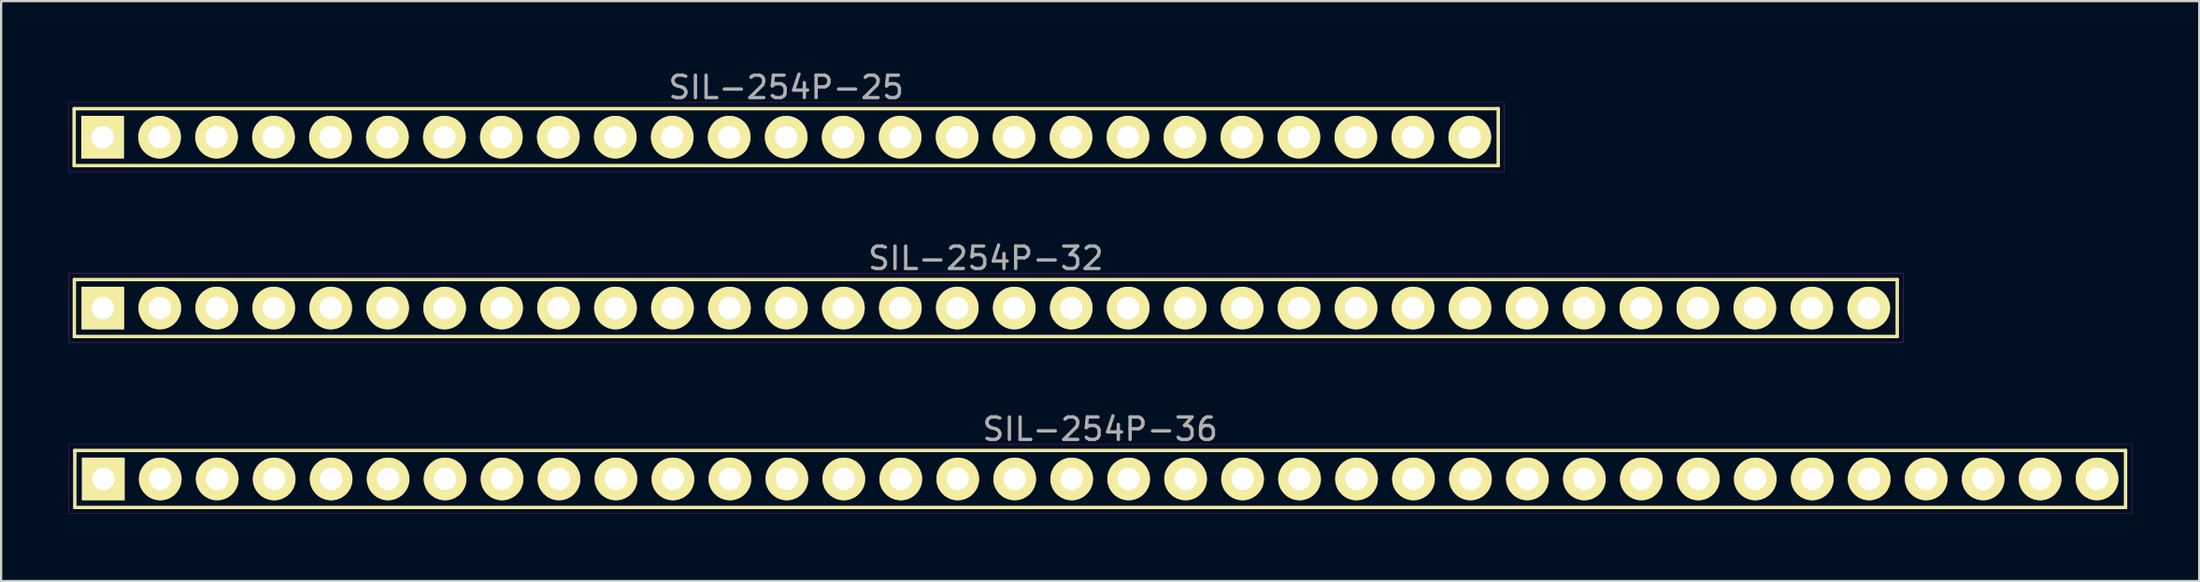
<source format=kicad_pcb>
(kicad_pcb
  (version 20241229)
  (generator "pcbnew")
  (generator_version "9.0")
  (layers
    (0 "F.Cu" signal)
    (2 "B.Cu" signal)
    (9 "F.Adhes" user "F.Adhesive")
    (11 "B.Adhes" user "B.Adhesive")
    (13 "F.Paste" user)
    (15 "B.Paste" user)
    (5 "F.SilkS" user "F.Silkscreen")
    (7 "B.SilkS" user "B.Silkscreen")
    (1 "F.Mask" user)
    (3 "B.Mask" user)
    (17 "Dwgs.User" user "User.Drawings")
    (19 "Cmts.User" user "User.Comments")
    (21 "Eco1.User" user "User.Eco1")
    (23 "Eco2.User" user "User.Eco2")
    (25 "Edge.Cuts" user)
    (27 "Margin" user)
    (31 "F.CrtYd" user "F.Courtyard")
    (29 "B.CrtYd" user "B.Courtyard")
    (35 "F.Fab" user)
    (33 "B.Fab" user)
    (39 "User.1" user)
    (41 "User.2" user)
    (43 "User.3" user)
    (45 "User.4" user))
  (footprint "SIL-254P-32"
    (layer "F.Cu")
    (at 40.905 10.691)
    (property "Reference" "SIL-254P-32" (at 0 -2.22 0) (layer "F.Fab") (effects (font (size 1 1) (thickness 0.15))))
    (attr through_hole)
    (fp_line (start -40.64 -1.27) (end 40.64 -1.27) (stroke (width 0.15) (type solid)) (layer "F.SilkS"))
    (fp_line (start -40.64 1.27) (end -40.64 -1.27) (stroke (width 0.15) (type solid)) (layer "F.SilkS"))
    (fp_line (start 40.64 -1.27) (end 40.64 1.27) (stroke (width 0.15) (type solid)) (layer "F.SilkS"))
    (fp_line (start 40.64 1.27) (end -40.64 1.27) (stroke (width 0.15) (type solid)) (layer "F.SilkS"))
    (fp_line (start -40.9 -1.55) (end 40.9 -1.55) (stroke (width 0.01) (type solid)) (layer "F.CrtYd"))
    (fp_line (start -40.9 1.55) (end -40.9 -1.55) (stroke (width 0.01) (type solid)) (layer "F.CrtYd"))
    (fp_line (start 40.9 -1.55) (end 40.9 1.55) (stroke (width 0.01) (type solid)) (layer "F.CrtYd"))
    (fp_line (start 40.9 1.55) (end -40.9 1.55) (stroke (width 0.01) (type solid)) (layer "F.CrtYd"))
    (fp_line (start -40.64 -1.27) (end 40.64 -1.27) (stroke (width 0.01) (type solid)) (layer "F.Fab"))
    (fp_line (start -40.64 1.27) (end -40.64 -1.27) (stroke (width 0.01) (type solid)) (layer "F.Fab"))
    (fp_line (start 40.64 -1.27) (end 40.64 1.27) (stroke (width 0.01) (type solid)) (layer "F.Fab"))
    (fp_line (start 40.64 1.27) (end -40.64 1.27) (stroke (width 0.01) (type solid)) (layer "F.Fab"))
    (pad "1" thru_hole rect (at -39.37 0) (size 1.9 1.9) (drill 1) (layers "*.Cu" "*.Mask" "F.SilkS"))
    (pad "2" thru_hole circle (at -36.83 0) (size 1.9 1.9) (drill 1) (layers "*.Cu" "*.Mask" "F.SilkS"))
    (pad "3" thru_hole circle (at -34.29 0) (size 1.9 1.9) (drill 1) (layers "*.Cu" "*.Mask" "F.SilkS"))
    (pad "4" thru_hole circle (at -31.75 0) (size 1.9 1.9) (drill 1) (layers "*.Cu" "*.Mask" "F.SilkS"))
    (pad "5" thru_hole circle (at -29.21 0) (size 1.9 1.9) (drill 1) (layers "*.Cu" "*.Mask" "F.SilkS"))
    (pad "6" thru_hole circle (at -26.67 0) (size 1.9 1.9) (drill 1) (layers "*.Cu" "*.Mask" "F.SilkS"))
    (pad "7" thru_hole circle (at -24.13 0) (size 1.9 1.9) (drill 1) (layers "*.Cu" "*.Mask" "F.SilkS"))
    (pad "8" thru_hole circle (at -21.59 0) (size 1.9 1.9) (drill 1) (layers "*.Cu" "*.Mask" "F.SilkS"))
    (pad "9" thru_hole circle (at -19.05 0) (size 1.9 1.9) (drill 1) (layers "*.Cu" "*.Mask" "F.SilkS"))
    (pad "10" thru_hole circle (at -16.51 0) (size 1.9 1.9) (drill 1) (layers "*.Cu" "*.Mask" "F.SilkS"))
    (pad "11" thru_hole circle (at -13.97 0) (size 1.9 1.9) (drill 1) (layers "*.Cu" "*.Mask" "F.SilkS"))
    (pad "12" thru_hole circle (at -11.43 0) (size 1.9 1.9) (drill 1) (layers "*.Cu" "*.Mask" "F.SilkS"))
    (pad "13" thru_hole circle (at -8.89 0) (size 1.9 1.9) (drill 1) (layers "*.Cu" "*.Mask" "F.SilkS"))
    (pad "14" thru_hole circle (at -6.35 0) (size 1.9 1.9) (drill 1) (layers "*.Cu" "*.Mask" "F.SilkS"))
    (pad "15" thru_hole circle (at -3.81 0) (size 1.9 1.9) (drill 1) (layers "*.Cu" "*.Mask" "F.SilkS"))
    (pad "16" thru_hole circle (at -1.27 0) (size 1.9 1.9) (drill 1) (layers "*.Cu" "*.Mask" "F.SilkS"))
    (pad "17" thru_hole circle (at 1.27 0) (size 1.9 1.9) (drill 1) (layers "*.Cu" "*.Mask" "F.SilkS"))
    (pad "18" thru_hole circle (at 3.81 0) (size 1.9 1.9) (drill 1) (layers "*.Cu" "*.Mask" "F.SilkS"))
    (pad "19" thru_hole circle (at 6.35 0) (size 1.9 1.9) (drill 1) (layers "*.Cu" "*.Mask" "F.SilkS"))
    (pad "20" thru_hole circle (at 8.89 0) (size 1.9 1.9) (drill 1) (layers "*.Cu" "*.Mask" "F.SilkS"))
    (pad "21" thru_hole circle (at 11.43 0) (size 1.9 1.9) (drill 1) (layers "*.Cu" "*.Mask" "F.SilkS"))
    (pad "22" thru_hole circle (at 13.97 0) (size 1.9 1.9) (drill 1) (layers "*.Cu" "*.Mask" "F.SilkS"))
    (pad "23" thru_hole circle (at 16.51 0) (size 1.9 1.9) (drill 1) (layers "*.Cu" "*.Mask" "F.SilkS"))
    (pad "24" thru_hole circle (at 19.05 0) (size 1.9 1.9) (drill 1) (layers "*.Cu" "*.Mask" "F.SilkS"))
    (pad "25" thru_hole circle (at 21.59 0) (size 1.9 1.9) (drill 1) (layers "*.Cu" "*.Mask" "F.SilkS"))
    (pad "26" thru_hole circle (at 24.13 0) (size 1.9 1.9) (drill 1) (layers "*.Cu" "*.Mask" "F.SilkS"))
    (pad "27" thru_hole circle (at 26.67 0) (size 1.9 1.9) (drill 1) (layers "*.Cu" "*.Mask" "F.SilkS"))
    (pad "28" thru_hole circle (at 29.21 0) (size 1.9 1.9) (drill 1) (layers "*.Cu" "*.Mask" "F.SilkS"))
    (pad "29" thru_hole circle (at 31.75 0) (size 1.9 1.9) (drill 1) (layers "*.Cu" "*.Mask" "F.SilkS"))
    (pad "30" thru_hole circle (at 34.29 0) (size 1.9 1.9) (drill 1) (layers "*.Cu" "*.Mask" "F.SilkS"))
    (pad "31" thru_hole circle (at 36.83 0) (size 1.9 1.9) (drill 1) (layers "*.Cu" "*.Mask" "F.SilkS"))
    (pad "32" thru_hole circle (at 39.37 0) (size 1.9 1.9) (drill 1) (layers "*.Cu" "*.Mask" "F.SilkS")))
  (footprint "SIL-254P-36"
    (layer "F.Cu")
    (at 46.005 18.315)
    (property "Reference" "SIL-254P-36" (at 0 -2.22 0) (layer "F.Fab") (effects (font (size 1 1) (thickness 0.15))))
    (attr through_hole)
    (fp_line (start -45.72 -1.27) (end 45.72 -1.27) (stroke (width 0.15) (type solid)) (layer "F.SilkS"))
    (fp_line (start -45.72 1.27) (end -45.72 -1.27) (stroke (width 0.15) (type solid)) (layer "F.SilkS"))
    (fp_line (start 45.72 -1.27) (end 45.72 1.27) (stroke (width 0.15) (type solid)) (layer "F.SilkS"))
    (fp_line (start 45.72 1.27) (end -45.72 1.27) (stroke (width 0.15) (type solid)) (layer "F.SilkS"))
    (fp_line (start -46 -1.55) (end 46 -1.55) (stroke (width 0.01) (type solid)) (layer "F.CrtYd"))
    (fp_line (start -46 1.55) (end -46 -1.55) (stroke (width 0.01) (type solid)) (layer "F.CrtYd"))
    (fp_line (start 46 -1.55) (end 46 1.55) (stroke (width 0.01) (type solid)) (layer "F.CrtYd"))
    (fp_line (start 46 1.55) (end -46 1.55) (stroke (width 0.01) (type solid)) (layer "F.CrtYd"))
    (fp_line (start -45.72 -1.27) (end 45.72 -1.27) (stroke (width 0.01) (type solid)) (layer "F.Fab"))
    (fp_line (start -45.72 1.27) (end -45.72 -1.27) (stroke (width 0.01) (type solid)) (layer "F.Fab"))
    (fp_line (start 45.72 -1.27) (end 45.72 1.27) (stroke (width 0.01) (type solid)) (layer "F.Fab"))
    (fp_line (start 45.72 1.27) (end -45.72 1.27) (stroke (width 0.01) (type solid)) (layer "F.Fab"))
    (pad "1" thru_hole rect (at -44.45 0) (size 1.9 1.9) (drill 1) (layers "*.Cu" "*.Mask" "F.SilkS"))
    (pad "2" thru_hole circle (at -41.91 0) (size 1.9 1.9) (drill 1) (layers "*.Cu" "*.Mask" "F.SilkS"))
    (pad "3" thru_hole circle (at -39.37 0) (size 1.9 1.9) (drill 1) (layers "*.Cu" "*.Mask" "F.SilkS"))
    (pad "4" thru_hole circle (at -36.83 0) (size 1.9 1.9) (drill 1) (layers "*.Cu" "*.Mask" "F.SilkS"))
    (pad "5" thru_hole circle (at -34.29 0) (size 1.9 1.9) (drill 1) (layers "*.Cu" "*.Mask" "F.SilkS"))
    (pad "6" thru_hole circle (at -31.75 0) (size 1.9 1.9) (drill 1) (layers "*.Cu" "*.Mask" "F.SilkS"))
    (pad "7" thru_hole circle (at -29.21 0) (size 1.9 1.9) (drill 1) (layers "*.Cu" "*.Mask" "F.SilkS"))
    (pad "8" thru_hole circle (at -26.67 0) (size 1.9 1.9) (drill 1) (layers "*.Cu" "*.Mask" "F.SilkS"))
    (pad "9" thru_hole circle (at -24.13 0) (size 1.9 1.9) (drill 1) (layers "*.Cu" "*.Mask" "F.SilkS"))
    (pad "10" thru_hole circle (at -21.59 0) (size 1.9 1.9) (drill 1) (layers "*.Cu" "*.Mask" "F.SilkS"))
    (pad "11" thru_hole circle (at -19.05 0) (size 1.9 1.9) (drill 1) (layers "*.Cu" "*.Mask" "F.SilkS"))
    (pad "12" thru_hole circle (at -16.51 0) (size 1.9 1.9) (drill 1) (layers "*.Cu" "*.Mask" "F.SilkS"))
    (pad "13" thru_hole circle (at -13.97 0) (size 1.9 1.9) (drill 1) (layers "*.Cu" "*.Mask" "F.SilkS"))
    (pad "14" thru_hole circle (at -11.43 0) (size 1.9 1.9) (drill 1) (layers "*.Cu" "*.Mask" "F.SilkS"))
    (pad "15" thru_hole circle (at -8.89 0) (size 1.9 1.9) (drill 1) (layers "*.Cu" "*.Mask" "F.SilkS"))
    (pad "16" thru_hole circle (at -6.35 0) (size 1.9 1.9) (drill 1) (layers "*.Cu" "*.Mask" "F.SilkS"))
    (pad "17" thru_hole circle (at -3.81 0) (size 1.9 1.9) (drill 1) (layers "*.Cu" "*.Mask" "F.SilkS"))
    (pad "18" thru_hole circle (at -1.27 0) (size 1.9 1.9) (drill 1) (layers "*.Cu" "*.Mask" "F.SilkS"))
    (pad "19" thru_hole circle (at 1.27 0) (size 1.9 1.9) (drill 1) (layers "*.Cu" "*.Mask" "F.SilkS"))
    (pad "20" thru_hole circle (at 3.81 0) (size 1.9 1.9) (drill 1) (layers "*.Cu" "*.Mask" "F.SilkS"))
    (pad "21" thru_hole circle (at 6.35 0) (size 1.9 1.9) (drill 1) (layers "*.Cu" "*.Mask" "F.SilkS"))
    (pad "22" thru_hole circle (at 8.89 0) (size 1.9 1.9) (drill 1) (layers "*.Cu" "*.Mask" "F.SilkS"))
    (pad "23" thru_hole circle (at 11.43 0) (size 1.9 1.9) (drill 1) (layers "*.Cu" "*.Mask" "F.SilkS"))
    (pad "24" thru_hole circle (at 13.97 0) (size 1.9 1.9) (drill 1) (layers "*.Cu" "*.Mask" "F.SilkS"))
    (pad "25" thru_hole circle (at 16.51 0) (size 1.9 1.9) (drill 1) (layers "*.Cu" "*.Mask" "F.SilkS"))
    (pad "26" thru_hole circle (at 19.05 0) (size 1.9 1.9) (drill 1) (layers "*.Cu" "*.Mask" "F.SilkS"))
    (pad "27" thru_hole circle (at 21.59 0) (size 1.9 1.9) (drill 1) (layers "*.Cu" "*.Mask" "F.SilkS"))
    (pad "28" thru_hole circle (at 24.13 0) (size 1.9 1.9) (drill 1) (layers "*.Cu" "*.Mask" "F.SilkS"))
    (pad "29" thru_hole circle (at 26.67 0) (size 1.9 1.9) (drill 1) (layers "*.Cu" "*.Mask" "F.SilkS"))
    (pad "30" thru_hole circle (at 29.21 0) (size 1.9 1.9) (drill 1) (layers "*.Cu" "*.Mask" "F.SilkS"))
    (pad "31" thru_hole circle (at 31.75 0) (size 1.9 1.9) (drill 1) (layers "*.Cu" "*.Mask" "F.SilkS"))
    (pad "32" thru_hole circle (at 34.29 0) (size 1.9 1.9) (drill 1) (layers "*.Cu" "*.Mask" "F.SilkS"))
    (pad "33" thru_hole circle (at 36.83 0) (size 1.9 1.9) (drill 1) (layers "*.Cu" "*.Mask" "F.SilkS"))
    (pad "34" thru_hole circle (at 39.37 0) (size 1.9 1.9) (drill 1) (layers "*.Cu" "*.Mask" "F.SilkS"))
    (pad "35" thru_hole circle (at 41.91 0) (size 1.9 1.9) (drill 1) (layers "*.Cu" "*.Mask" "F.SilkS"))
    (pad "36" thru_hole circle (at 44.45 0) (size 1.9 1.9) (drill 1) (layers "*.Cu" "*.Mask" "F.SilkS")))
  (footprint "SIL-254P-25"
    (layer "F.Cu")
    (at 32.005 3.068)
    (property "Reference" "SIL-254P-25" (at 0 -2.22 0) (layer "F.Fab") (effects (font (size 1 1) (thickness 0.15))))
    (attr through_hole)
    (fp_line (start -31.75 -1.27) (end 31.75 -1.27) (stroke (width 0.15) (type solid)) (layer "F.SilkS"))
    (fp_line (start -31.75 1.27) (end -31.75 -1.27) (stroke (width 0.15) (type solid)) (layer "F.SilkS"))
    (fp_line (start 31.75 -1.27) (end 31.75 1.27) (stroke (width 0.15) (type solid)) (layer "F.SilkS"))
    (fp_line (start 31.75 1.27) (end -31.75 1.27) (stroke (width 0.15) (type solid)) (layer "F.SilkS"))
    (fp_line (start -32 -1.55) (end 32 -1.55) (stroke (width 0.01) (type solid)) (layer "F.CrtYd"))
    (fp_line (start -32 1.55) (end -32 -1.55) (stroke (width 0.01) (type solid)) (layer "F.CrtYd"))
    (fp_line (start 32 -1.55) (end 32 1.55) (stroke (width 0.01) (type solid)) (layer "F.CrtYd"))
    (fp_line (start 32 1.55) (end -32 1.55) (stroke (width 0.01) (type solid)) (layer "F.CrtYd"))
    (fp_line (start -31.75 -1.27) (end 31.75 -1.27) (stroke (width 0.01) (type solid)) (layer "F.Fab"))
    (fp_line (start -31.75 1.27) (end -31.75 -1.27) (stroke (width 0.01) (type solid)) (layer "F.Fab"))
    (fp_line (start 31.75 -1.27) (end 31.75 1.27) (stroke (width 0.01) (type solid)) (layer "F.Fab"))
    (fp_line (start 31.75 1.27) (end -31.75 1.27) (stroke (width 0.01) (type solid)) (layer "F.Fab"))
    (pad "1" thru_hole rect (at -30.48 0) (size 1.9 1.9) (drill 1) (layers "*.Cu" "*.Mask" "F.SilkS"))
    (pad "2" thru_hole circle (at -27.94 0) (size 1.9 1.9) (drill 1) (layers "*.Cu" "*.Mask" "F.SilkS"))
    (pad "3" thru_hole circle (at -25.4 0) (size 1.9 1.9) (drill 1) (layers "*.Cu" "*.Mask" "F.SilkS"))
    (pad "4" thru_hole circle (at -22.86 0) (size 1.9 1.9) (drill 1) (layers "*.Cu" "*.Mask" "F.SilkS"))
    (pad "5" thru_hole circle (at -20.32 0) (size 1.9 1.9) (drill 1) (layers "*.Cu" "*.Mask" "F.SilkS"))
    (pad "6" thru_hole circle (at -17.78 0) (size 1.9 1.9) (drill 1) (layers "*.Cu" "*.Mask" "F.SilkS"))
    (pad "7" thru_hole circle (at -15.24 0) (size 1.9 1.9) (drill 1) (layers "*.Cu" "*.Mask" "F.SilkS"))
    (pad "8" thru_hole circle (at -12.7 0) (size 1.9 1.9) (drill 1) (layers "*.Cu" "*.Mask" "F.SilkS"))
    (pad "9" thru_hole circle (at -10.16 0) (size 1.9 1.9) (drill 1) (layers "*.Cu" "*.Mask" "F.SilkS"))
    (pad "10" thru_hole circle (at -7.62 0) (size 1.9 1.9) (drill 1) (layers "*.Cu" "*.Mask" "F.SilkS"))
    (pad "11" thru_hole circle (at -5.08 0) (size 1.9 1.9) (drill 1) (layers "*.Cu" "*.Mask" "F.SilkS"))
    (pad "12" thru_hole circle (at -2.54 0) (size 1.9 1.9) (drill 1) (layers "*.Cu" "*.Mask" "F.SilkS"))
    (pad "13" thru_hole circle (at 0 0) (size 1.9 1.9) (drill 1) (layers "*.Cu" "*.Mask" "F.SilkS"))
    (pad "14" thru_hole circle (at 2.54 0) (size 1.9 1.9) (drill 1) (layers "*.Cu" "*.Mask" "F.SilkS"))
    (pad "15" thru_hole circle (at 5.08 0) (size 1.9 1.9) (drill 1) (layers "*.Cu" "*.Mask" "F.SilkS"))
    (pad "16" thru_hole circle (at 7.62 0) (size 1.9 1.9) (drill 1) (layers "*.Cu" "*.Mask" "F.SilkS"))
    (pad "17" thru_hole circle (at 10.16 0) (size 1.9 1.9) (drill 1) (layers "*.Cu" "*.Mask" "F.SilkS"))
    (pad "18" thru_hole circle (at 12.7 0) (size 1.9 1.9) (drill 1) (layers "*.Cu" "*.Mask" "F.SilkS"))
    (pad "19" thru_hole circle (at 15.24 0) (size 1.9 1.9) (drill 1) (layers "*.Cu" "*.Mask" "F.SilkS"))
    (pad "20" thru_hole circle (at 17.78 0) (size 1.9 1.9) (drill 1) (layers "*.Cu" "*.Mask" "F.SilkS"))
    (pad "21" thru_hole circle (at 20.32 0) (size 1.9 1.9) (drill 1) (layers "*.Cu" "*.Mask" "F.SilkS"))
    (pad "22" thru_hole circle (at 22.86 0) (size 1.9 1.9) (drill 1) (layers "*.Cu" "*.Mask" "F.SilkS"))
    (pad "23" thru_hole circle (at 25.4 0) (size 1.9 1.9) (drill 1) (layers "*.Cu" "*.Mask" "F.SilkS"))
    (pad "24" thru_hole circle (at 27.94 0) (size 1.9 1.9) (drill 1) (layers "*.Cu" "*.Mask" "F.SilkS"))
    (pad "25" thru_hole circle (at 30.48 0) (size 1.9 1.9) (drill 1) (layers "*.Cu" "*.Mask" "F.SilkS")))
  (gr_rect
    (start -3 -3)
    (end 95.01 22.87)
    (stroke (width 0.1) (type default))
    (fill no)
    (layer "Edge.Cuts")))
</source>
